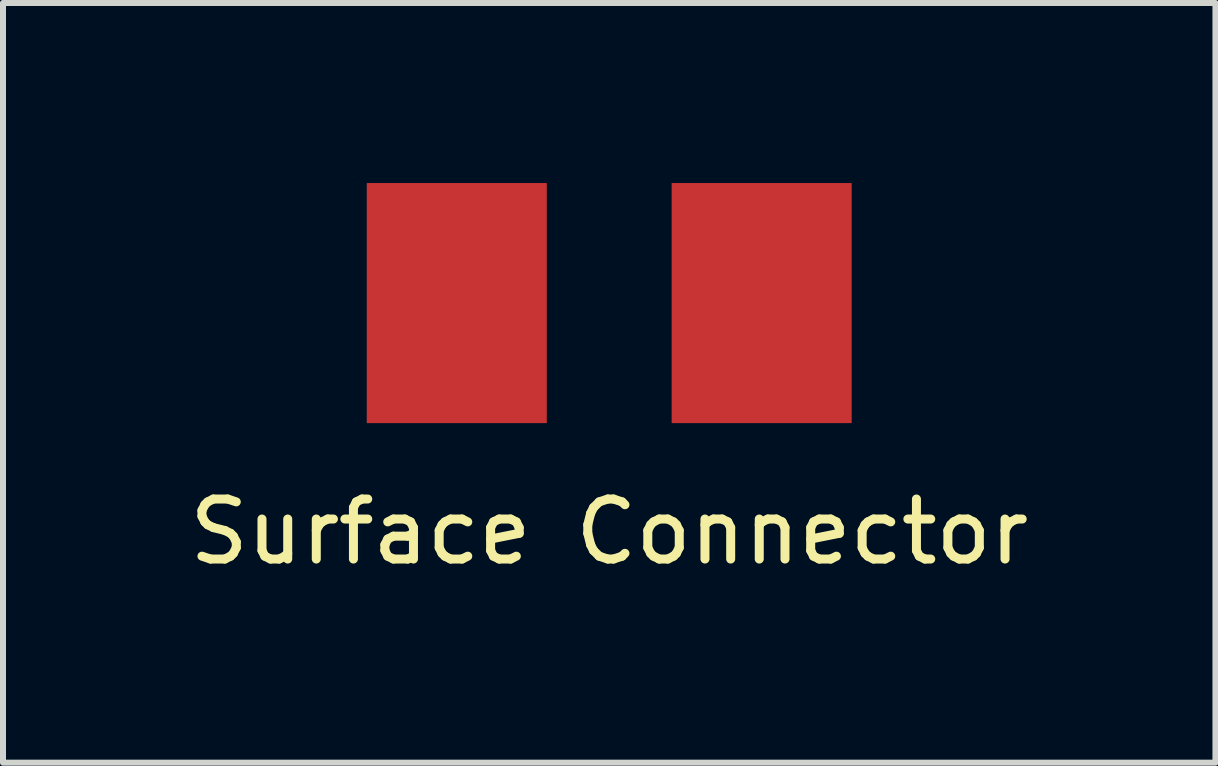
<source format=kicad_pcb>
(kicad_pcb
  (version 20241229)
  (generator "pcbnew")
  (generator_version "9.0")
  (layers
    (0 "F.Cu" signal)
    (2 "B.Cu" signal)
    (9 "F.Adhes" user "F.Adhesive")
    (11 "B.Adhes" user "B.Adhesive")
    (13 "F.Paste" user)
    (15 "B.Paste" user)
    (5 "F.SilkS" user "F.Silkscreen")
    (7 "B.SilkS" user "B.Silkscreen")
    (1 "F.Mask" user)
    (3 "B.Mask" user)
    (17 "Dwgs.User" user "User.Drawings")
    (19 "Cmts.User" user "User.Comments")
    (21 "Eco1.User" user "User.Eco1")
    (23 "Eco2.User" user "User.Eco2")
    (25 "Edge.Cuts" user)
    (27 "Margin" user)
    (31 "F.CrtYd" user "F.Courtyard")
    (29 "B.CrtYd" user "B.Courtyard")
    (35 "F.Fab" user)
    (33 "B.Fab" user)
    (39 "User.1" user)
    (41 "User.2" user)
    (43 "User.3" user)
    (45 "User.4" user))
  (footprint "Surface Connector"
    (layer "F.Cu")
    (at 7.101 2)
    (property "Reference" "Surface Connector" (at 0 3.81 0) (layer "F.SilkS") (effects (font (size 1 1) (thickness 0.15))))
    (attr through_hole)
    (pad "1" smd rect (at -2.54 0) (size 3 4) (layers "F.Cu" "F.Mask" "F.Paste"))
    (pad "2" smd rect (at 2.54 0) (size 3 4) (layers "F.Cu" "F.Mask" "F.Paste")))
  (gr_rect
    (start -3 -3)
    (end 17.202 9.658)
    (stroke (width 0.1) (type default))
    (fill no)
    (layer "Edge.Cuts")))
</source>
